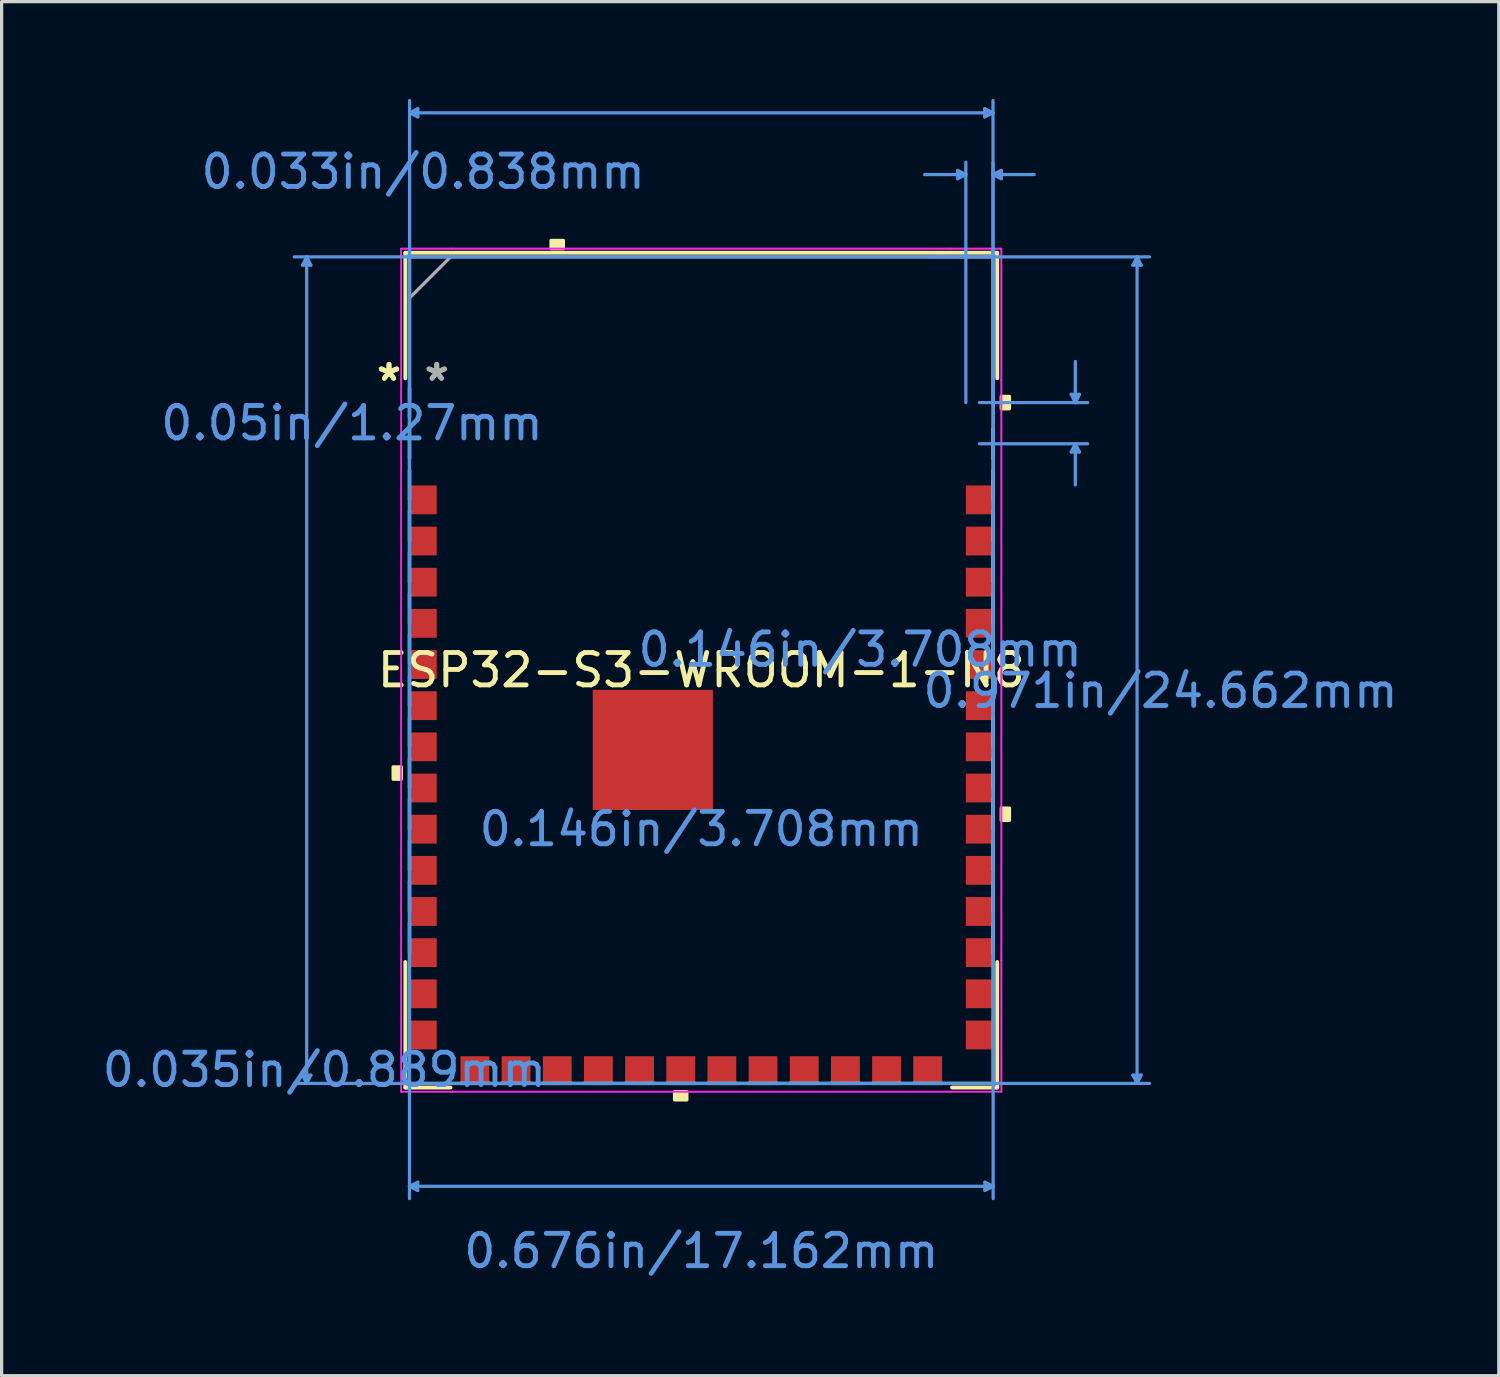
<source format=kicad_pcb>
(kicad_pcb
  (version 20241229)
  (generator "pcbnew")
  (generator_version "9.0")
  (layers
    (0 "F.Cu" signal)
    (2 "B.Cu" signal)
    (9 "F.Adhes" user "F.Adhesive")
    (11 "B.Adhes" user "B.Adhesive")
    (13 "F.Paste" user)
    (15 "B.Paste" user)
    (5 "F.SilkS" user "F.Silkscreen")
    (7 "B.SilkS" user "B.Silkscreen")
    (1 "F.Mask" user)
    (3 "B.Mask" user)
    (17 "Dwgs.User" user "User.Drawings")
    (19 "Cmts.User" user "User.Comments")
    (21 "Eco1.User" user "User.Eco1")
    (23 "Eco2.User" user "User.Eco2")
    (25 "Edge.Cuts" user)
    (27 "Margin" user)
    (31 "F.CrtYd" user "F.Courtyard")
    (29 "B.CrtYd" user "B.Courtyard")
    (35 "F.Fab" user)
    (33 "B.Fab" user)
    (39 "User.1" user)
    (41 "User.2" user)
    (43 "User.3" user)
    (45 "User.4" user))
  (footprint "ESP32-S3-WROOM-1-N8"
    (layer "F.Cu")
    (at 18.587 17.626)
    (property "Reference" "ESP32-S3-WROOM-1-N8" (at 0 0 0) (layer "F.SilkS") (effects (font (size 1 1) (thickness 0.15))))
    (attr through_hole)
    (fp_line (start -9.131 -12.878) (end -9.131 -9.005) (stroke (width 0.12) (type solid)) (layer "F.SilkS"))
    (fp_line (start -9.131 9.005) (end -9.131 12.878) (stroke (width 0.12) (type solid)) (layer "F.SilkS"))
    (fp_line (start -9.131 12.878) (end -7.737 12.878) (stroke (width 0.12) (type solid)) (layer "F.SilkS"))
    (fp_line (start 7.737 12.878) (end 9.131 12.878) (stroke (width 0.12) (type solid)) (layer "F.SilkS"))
    (fp_line (start 9.131 -12.878) (end -9.131 -12.878) (stroke (width 0.12) (type solid)) (layer "F.SilkS"))
    (fp_line (start 9.131 -9.005) (end 9.131 -12.878) (stroke (width 0.12) (type solid)) (layer "F.SilkS"))
    (fp_line (start 9.131 12.878) (end 9.131 9.005) (stroke (width 0.12) (type solid)) (layer "F.SilkS"))
    (fp_poly (pts (xy -9.508 2.985) (xy -9.508 3.365) (xy -9.254 3.365) (xy -9.254 2.985)) (stroke (width 0.1) (type solid)) (fill yes) (layer "F.SilkS"))
    (fp_poly (pts (xy -4.636 -13.004) (xy -4.636 -13.258) (xy -4.255 -13.258) (xy -4.255 -13.004)) (stroke (width 0.1) (type solid)) (fill yes) (layer "F.SilkS"))
    (fp_poly (pts (xy -0.826 13.004) (xy -0.826 13.258) (xy -0.445 13.258) (xy -0.445 13.004)) (stroke (width 0.1) (type solid)) (fill yes) (layer "F.SilkS"))
    (fp_poly (pts (xy 9.508 -8.445) (xy 9.508 -8.065) (xy 9.254 -8.065) (xy 9.254 -8.445)) (stroke (width 0.1) (type solid)) (fill yes) (layer "F.SilkS"))
    (fp_poly (pts (xy 9.508 4.255) (xy 9.508 4.636) (xy 9.254 4.636) (xy 9.254 4.255)) (stroke (width 0.1) (type solid)) (fill yes) (layer "F.SilkS"))
    (fp_poly (pts (xy -1.754 -1.754) (xy -1.754 -0.1) (xy -0.1 -0.1) (xy -0.1 -1.754)) (stroke (width 0.1) (type solid)) (fill yes) (layer "F.Paste"))
    (fp_poly (pts (xy -1.754 0.1) (xy -1.754 1.754) (xy -0.1 1.754) (xy -0.1 0.1)) (stroke (width 0.1) (type solid)) (fill yes) (layer "F.Paste"))
    (fp_poly (pts (xy 0.1 -1.754) (xy 0.1 -0.1) (xy 1.754 -0.1) (xy 1.754 -1.754)) (stroke (width 0.1) (type solid)) (fill yes) (layer "F.Paste"))
    (fp_poly (pts (xy 0.1 0.1) (xy 0.1 1.754) (xy 1.754 1.754) (xy 1.754 0.1)) (stroke (width 0.1) (type solid)) (fill yes) (layer "F.Paste"))
    (fp_line (start -12.302 -12.497) (end -12.048 -12.497) (stroke (width 0.1) (type solid)) (layer "Cmts.User"))
    (fp_line (start -12.302 12.497) (end -12.048 12.497) (stroke (width 0.1) (type solid)) (layer "Cmts.User"))
    (fp_line (start -12.175 -12.751) (end -12.302 -12.497) (stroke (width 0.1) (type solid)) (layer "Cmts.User"))
    (fp_line (start -12.175 -12.751) (end -12.175 12.751) (stroke (width 0.1) (type solid)) (layer "Cmts.User"))
    (fp_line (start -12.175 -12.751) (end -12.048 -12.497) (stroke (width 0.1) (type solid)) (layer "Cmts.User"))
    (fp_line (start -12.175 12.751) (end -12.302 12.497) (stroke (width 0.1) (type solid)) (layer "Cmts.User"))
    (fp_line (start -12.175 12.751) (end -12.048 12.497) (stroke (width 0.1) (type solid)) (layer "Cmts.User"))
    (fp_line (start -9.004 -12.751) (end -9.004 16.306) (stroke (width 0.1) (type solid)) (layer "Cmts.User"))
    (fp_line (start -9.004 15.925) (end -8.75 15.798) (stroke (width 0.1) (type solid)) (layer "Cmts.User"))
    (fp_line (start -9.004 15.925) (end -8.75 16.052) (stroke (width 0.1) (type solid)) (layer "Cmts.User"))
    (fp_line (start -9.004 15.925) (end 9.004 15.925) (stroke (width 0.1) (type solid)) (layer "Cmts.User"))
    (fp_line (start -9 -17.195) (end -8.746 -17.322) (stroke (width 0.1) (type solid)) (layer "Cmts.User"))
    (fp_line (start -9 -17.195) (end -8.746 -17.068) (stroke (width 0.1) (type solid)) (layer "Cmts.User"))
    (fp_line (start -9 -17.195) (end 9 -17.195) (stroke (width 0.1) (type solid)) (layer "Cmts.User"))
    (fp_line (start -9 -8.255) (end -9 -17.576) (stroke (width 0.1) (type solid)) (layer "Cmts.User"))
    (fp_line (start -8.75 15.798) (end -8.75 16.052) (stroke (width 0.1) (type solid)) (layer "Cmts.User"))
    (fp_line (start -8.746 -17.322) (end -8.746 -17.068) (stroke (width 0.1) (type solid)) (layer "Cmts.User"))
    (fp_line (start 6.985 -12.75) (end 13.826 -12.75) (stroke (width 0.1) (type solid)) (layer "Cmts.User"))
    (fp_line (start 6.985 12.75) (end 13.826 12.75) (stroke (width 0.1) (type solid)) (layer "Cmts.User"))
    (fp_line (start 7.908 -15.417) (end 7.908 -15.163) (stroke (width 0.1) (type solid)) (layer "Cmts.User"))
    (fp_line (start 8.162 -15.29) (end 6.892 -15.29) (stroke (width 0.1) (type solid)) (layer "Cmts.User"))
    (fp_line (start 8.162 -15.29) (end 7.908 -15.417) (stroke (width 0.1) (type solid)) (layer "Cmts.User"))
    (fp_line (start 8.162 -15.29) (end 7.908 -15.163) (stroke (width 0.1) (type solid)) (layer "Cmts.User"))
    (fp_line (start 8.162 -8.255) (end 8.162 -15.671) (stroke (width 0.1) (type solid)) (layer "Cmts.User"))
    (fp_line (start 8.581 -8.255) (end 11.921 -8.255) (stroke (width 0.1) (type solid)) (layer "Cmts.User"))
    (fp_line (start 8.581 -6.985) (end 11.921 -6.985) (stroke (width 0.1) (type solid)) (layer "Cmts.User"))
    (fp_line (start 8.746 -17.322) (end 8.746 -17.068) (stroke (width 0.1) (type solid)) (layer "Cmts.User"))
    (fp_line (start 8.75 15.798) (end 8.75 16.052) (stroke (width 0.1) (type solid)) (layer "Cmts.User"))
    (fp_line (start 9 -17.195) (end 8.746 -17.322) (stroke (width 0.1) (type solid)) (layer "Cmts.User"))
    (fp_line (start 9 -17.195) (end 8.746 -17.068) (stroke (width 0.1) (type solid)) (layer "Cmts.User"))
    (fp_line (start 9 -15.29) (end 9.254 -15.417) (stroke (width 0.1) (type solid)) (layer "Cmts.User"))
    (fp_line (start 9 -15.29) (end 9.254 -15.163) (stroke (width 0.1) (type solid)) (layer "Cmts.User"))
    (fp_line (start 9 -15.29) (end 10.27 -15.29) (stroke (width 0.1) (type solid)) (layer "Cmts.User"))
    (fp_line (start 9 -8.255) (end 9 -17.576) (stroke (width 0.1) (type solid)) (layer "Cmts.User"))
    (fp_line (start 9 -8.255) (end 9 -15.671) (stroke (width 0.1) (type solid)) (layer "Cmts.User"))
    (fp_line (start 9.004 -12.751) (end -12.556 -12.751) (stroke (width 0.1) (type solid)) (layer "Cmts.User"))
    (fp_line (start 9.004 -12.751) (end 9.004 16.306) (stroke (width 0.1) (type solid)) (layer "Cmts.User"))
    (fp_line (start 9.004 12.751) (end -12.556 12.751) (stroke (width 0.1) (type solid)) (layer "Cmts.User"))
    (fp_line (start 9.004 15.925) (end 8.75 15.798) (stroke (width 0.1) (type solid)) (layer "Cmts.User"))
    (fp_line (start 9.004 15.925) (end 8.75 16.052) (stroke (width 0.1) (type solid)) (layer "Cmts.User"))
    (fp_line (start 9.254 -15.417) (end 9.254 -15.163) (stroke (width 0.1) (type solid)) (layer "Cmts.User"))
    (fp_line (start 11.413 -8.509) (end 11.667 -8.509) (stroke (width 0.1) (type solid)) (layer "Cmts.User"))
    (fp_line (start 11.413 -6.731) (end 11.667 -6.731) (stroke (width 0.1) (type solid)) (layer "Cmts.User"))
    (fp_line (start 11.54 -8.255) (end 11.413 -8.509) (stroke (width 0.1) (type solid)) (layer "Cmts.User"))
    (fp_line (start 11.54 -8.255) (end 11.54 -9.525) (stroke (width 0.1) (type solid)) (layer "Cmts.User"))
    (fp_line (start 11.54 -8.255) (end 11.667 -8.509) (stroke (width 0.1) (type solid)) (layer "Cmts.User"))
    (fp_line (start 11.54 -6.985) (end 11.413 -6.731) (stroke (width 0.1) (type solid)) (layer "Cmts.User"))
    (fp_line (start 11.54 -6.985) (end 11.54 -5.715) (stroke (width 0.1) (type solid)) (layer "Cmts.User"))
    (fp_line (start 11.54 -6.985) (end 11.667 -6.731) (stroke (width 0.1) (type solid)) (layer "Cmts.User"))
    (fp_line (start 13.318 -12.496) (end 13.572 -12.496) (stroke (width 0.1) (type solid)) (layer "Cmts.User"))
    (fp_line (start 13.318 12.496) (end 13.572 12.496) (stroke (width 0.1) (type solid)) (layer "Cmts.User"))
    (fp_line (start 13.445 -12.75) (end 13.318 -12.496) (stroke (width 0.1) (type solid)) (layer "Cmts.User"))
    (fp_line (start 13.445 -12.75) (end 13.445 12.75) (stroke (width 0.1) (type solid)) (layer "Cmts.User"))
    (fp_line (start 13.445 -12.75) (end 13.572 -12.496) (stroke (width 0.1) (type solid)) (layer "Cmts.User"))
    (fp_line (start 13.445 12.75) (end 13.318 12.496) (stroke (width 0.1) (type solid)) (layer "Cmts.User"))
    (fp_line (start 13.445 12.75) (end 13.572 12.496) (stroke (width 0.1) (type solid)) (layer "Cmts.User"))
    (fp_line (start -9.258 -13.005) (end -7.684 -13.005) (stroke (width 0.05) (type solid)) (layer "F.CrtYd"))
    (fp_line (start -9.258 -13.005) (end -7.684 -13.005) (stroke (width 0.05) (type solid)) (layer "F.CrtYd"))
    (fp_line (start -9.258 -8.954) (end -9.258 -13.005) (stroke (width 0.05) (type solid)) (layer "F.CrtYd"))
    (fp_line (start -9.258 -8.954) (end -9.258 -13.005) (stroke (width 0.05) (type solid)) (layer "F.CrtYd"))
    (fp_line (start -9.258 -8.954) (end -9.258 -8.954) (stroke (width 0.05) (type solid)) (layer "F.CrtYd"))
    (fp_line (start -9.258 -8.954) (end -9.258 -8.954) (stroke (width 0.05) (type solid)) (layer "F.CrtYd"))
    (fp_line (start -9.258 8.954) (end -9.258 -8.954) (stroke (width 0.05) (type solid)) (layer "F.CrtYd"))
    (fp_line (start -9.258 8.954) (end -9.258 -8.954) (stroke (width 0.05) (type solid)) (layer "F.CrtYd"))
    (fp_line (start -9.258 8.954) (end -9.258 8.954) (stroke (width 0.05) (type solid)) (layer "F.CrtYd"))
    (fp_line (start -9.258 8.954) (end -9.258 8.954) (stroke (width 0.05) (type solid)) (layer "F.CrtYd"))
    (fp_line (start -9.258 13.005) (end -9.258 8.954) (stroke (width 0.05) (type solid)) (layer "F.CrtYd"))
    (fp_line (start -9.258 13.005) (end -9.258 8.954) (stroke (width 0.05) (type solid)) (layer "F.CrtYd"))
    (fp_line (start -7.684 -13.005) (end -7.684 -13.005) (stroke (width 0.05) (type solid)) (layer "F.CrtYd"))
    (fp_line (start -7.684 -13.005) (end -7.684 -13.005) (stroke (width 0.05) (type solid)) (layer "F.CrtYd"))
    (fp_line (start -7.684 -13.005) (end 7.684 -13.005) (stroke (width 0.05) (type solid)) (layer "F.CrtYd"))
    (fp_line (start -7.684 -13.005) (end 7.684 -13.005) (stroke (width 0.05) (type solid)) (layer "F.CrtYd"))
    (fp_line (start -7.684 13.005) (end -9.258 13.005) (stroke (width 0.05) (type solid)) (layer "F.CrtYd"))
    (fp_line (start -7.684 13.005) (end -9.258 13.005) (stroke (width 0.05) (type solid)) (layer "F.CrtYd"))
    (fp_line (start -7.684 13.005) (end -7.684 13.005) (stroke (width 0.05) (type solid)) (layer "F.CrtYd"))
    (fp_line (start -7.684 13.005) (end -7.684 13.005) (stroke (width 0.05) (type solid)) (layer "F.CrtYd"))
    (fp_line (start 7.684 -13.005) (end 7.684 -13.005) (stroke (width 0.05) (type solid)) (layer "F.CrtYd"))
    (fp_line (start 7.684 -13.005) (end 7.684 -13.005) (stroke (width 0.05) (type solid)) (layer "F.CrtYd"))
    (fp_line (start 7.684 -13.005) (end 9.258 -13.005) (stroke (width 0.05) (type solid)) (layer "F.CrtYd"))
    (fp_line (start 7.684 -13.005) (end 9.258 -13.005) (stroke (width 0.05) (type solid)) (layer "F.CrtYd"))
    (fp_line (start 7.684 13.005) (end -7.684 13.005) (stroke (width 0.05) (type solid)) (layer "F.CrtYd"))
    (fp_line (start 7.684 13.005) (end -7.684 13.005) (stroke (width 0.05) (type solid)) (layer "F.CrtYd"))
    (fp_line (start 7.684 13.005) (end 7.684 13.005) (stroke (width 0.05) (type solid)) (layer "F.CrtYd"))
    (fp_line (start 7.684 13.005) (end 7.684 13.005) (stroke (width 0.05) (type solid)) (layer "F.CrtYd"))
    (fp_line (start 9.258 -13.005) (end 9.258 -8.954) (stroke (width 0.05) (type solid)) (layer "F.CrtYd"))
    (fp_line (start 9.258 -13.005) (end 9.258 -8.954) (stroke (width 0.05) (type solid)) (layer "F.CrtYd"))
    (fp_line (start 9.258 -8.954) (end 9.258 -8.954) (stroke (width 0.05) (type solid)) (layer "F.CrtYd"))
    (fp_line (start 9.258 -8.954) (end 9.258 -8.954) (stroke (width 0.05) (type solid)) (layer "F.CrtYd"))
    (fp_line (start 9.258 -8.954) (end 9.258 8.954) (stroke (width 0.05) (type solid)) (layer "F.CrtYd"))
    (fp_line (start 9.258 -8.954) (end 9.258 8.954) (stroke (width 0.05) (type solid)) (layer "F.CrtYd"))
    (fp_line (start 9.258 8.954) (end 9.258 8.954) (stroke (width 0.05) (type solid)) (layer "F.CrtYd"))
    (fp_line (start 9.258 8.954) (end 9.258 8.954) (stroke (width 0.05) (type solid)) (layer "F.CrtYd"))
    (fp_line (start 9.258 8.954) (end 9.258 13.005) (stroke (width 0.05) (type solid)) (layer "F.CrtYd"))
    (fp_line (start 9.258 8.954) (end 9.258 13.005) (stroke (width 0.05) (type solid)) (layer "F.CrtYd"))
    (fp_line (start 9.258 13.005) (end 7.684 13.005) (stroke (width 0.05) (type solid)) (layer "F.CrtYd"))
    (fp_line (start 9.258 13.005) (end 7.684 13.005) (stroke (width 0.05) (type solid)) (layer "F.CrtYd"))
    (fp_line (start -9.004 -12.751) (end -9.004 -12.751) (stroke (width 0.1) (type solid)) (layer "F.Fab"))
    (fp_line (start -9.004 -12.751) (end -9.004 12.751) (stroke (width 0.1) (type solid)) (layer "F.Fab"))
    (fp_line (start -9.004 -11.481) (end -7.734 -12.751) (stroke (width 0.1) (type solid)) (layer "F.Fab"))
    (fp_line (start -9.004 -8.7) (end -9 -8.7) (stroke (width 0.1) (type solid)) (layer "F.Fab"))
    (fp_line (start -9.004 -7.811) (end -9.004 -8.7) (stroke (width 0.1) (type solid)) (layer "F.Fab"))
    (fp_line (start -9.004 -7.429) (end -9 -7.429) (stroke (width 0.1) (type solid)) (layer "F.Fab"))
    (fp_line (start -9.004 -6.54) (end -9.004 -7.429) (stroke (width 0.1) (type solid)) (layer "F.Fab"))
    (fp_line (start -9.004 -6.16) (end -9 -6.16) (stroke (width 0.1) (type solid)) (layer "F.Fab"))
    (fp_line (start -9.004 -5.271) (end -9.004 -6.16) (stroke (width 0.1) (type solid)) (layer "F.Fab"))
    (fp_line (start -9.004 -4.889) (end -9 -4.889) (stroke (width 0.1) (type solid)) (layer "F.Fab"))
    (fp_line (start -9.004 -4) (end -9.004 -4.889) (stroke (width 0.1) (type solid)) (layer "F.Fab"))
    (fp_line (start -9.004 -3.619) (end -9 -3.619) (stroke (width 0.1) (type solid)) (layer "F.Fab"))
    (fp_line (start -9.004 -2.731) (end -9.004 -3.619) (stroke (width 0.1) (type solid)) (layer "F.Fab"))
    (fp_line (start -9.004 -2.349) (end -9 -2.349) (stroke (width 0.1) (type solid)) (layer "F.Fab"))
    (fp_line (start -9.004 -1.46) (end -9.004 -2.349) (stroke (width 0.1) (type solid)) (layer "F.Fab"))
    (fp_line (start -9.004 -1.079) (end -9 -1.079) (stroke (width 0.1) (type solid)) (layer "F.Fab"))
    (fp_line (start -9.004 -0.191) (end -9.004 -1.079) (stroke (width 0.1) (type solid)) (layer "F.Fab"))
    (fp_line (start -9.004 0.191) (end -9 0.191) (stroke (width 0.1) (type solid)) (layer "F.Fab"))
    (fp_line (start -9.004 1.079) (end -9.004 0.191) (stroke (width 0.1) (type solid)) (layer "F.Fab"))
    (fp_line (start -9.004 1.46) (end -9 1.46) (stroke (width 0.1) (type solid)) (layer "F.Fab"))
    (fp_line (start -9.004 2.349) (end -9.004 1.46) (stroke (width 0.1) (type solid)) (layer "F.Fab"))
    (fp_line (start -9.004 2.731) (end -9 2.731) (stroke (width 0.1) (type solid)) (layer "F.Fab"))
    (fp_line (start -9.004 3.619) (end -9.004 2.731) (stroke (width 0.1) (type solid)) (layer "F.Fab"))
    (fp_line (start -9.004 4) (end -9 4) (stroke (width 0.1) (type solid)) (layer "F.Fab"))
    (fp_line (start -9.004 4.889) (end -9.004 4) (stroke (width 0.1) (type solid)) (layer "F.Fab"))
    (fp_line (start -9.004 5.271) (end -9 5.271) (stroke (width 0.1) (type solid)) (layer "F.Fab"))
    (fp_line (start -9.004 6.16) (end -9.004 5.271) (stroke (width 0.1) (type solid)) (layer "F.Fab"))
    (fp_line (start -9.004 6.54) (end -9 6.54) (stroke (width 0.1) (type solid)) (layer "F.Fab"))
    (fp_line (start -9.004 7.429) (end -9.004 6.54) (stroke (width 0.1) (type solid)) (layer "F.Fab"))
    (fp_line (start -9.004 7.811) (end -9 7.811) (stroke (width 0.1) (type solid)) (layer "F.Fab"))
    (fp_line (start -9.004 8.7) (end -9.004 7.811) (stroke (width 0.1) (type solid)) (layer "F.Fab"))
    (fp_line (start -9.004 12.751) (end -9.004 12.751) (stroke (width 0.1) (type solid)) (layer "F.Fab"))
    (fp_line (start -9.004 12.751) (end 9.004 12.751) (stroke (width 0.1) (type solid)) (layer "F.Fab"))
    (fp_line (start -9 -8.7) (end -9 -7.811) (stroke (width 0.1) (type solid)) (layer "F.Fab"))
    (fp_line (start -9 -7.811) (end -9.004 -7.811) (stroke (width 0.1) (type solid)) (layer "F.Fab"))
    (fp_line (start -9 -7.429) (end -9 -6.54) (stroke (width 0.1) (type solid)) (layer "F.Fab"))
    (fp_line (start -9 -6.54) (end -9.004 -6.54) (stroke (width 0.1) (type solid)) (layer "F.Fab"))
    (fp_line (start -9 -6.16) (end -9 -5.271) (stroke (width 0.1) (type solid)) (layer "F.Fab"))
    (fp_line (start -9 -5.271) (end -9.004 -5.271) (stroke (width 0.1) (type solid)) (layer "F.Fab"))
    (fp_line (start -9 -4.889) (end -9 -4) (stroke (width 0.1) (type solid)) (layer "F.Fab"))
    (fp_line (start -9 -4) (end -9.004 -4) (stroke (width 0.1) (type solid)) (layer "F.Fab"))
    (fp_line (start -9 -3.619) (end -9 -2.731) (stroke (width 0.1) (type solid)) (layer "F.Fab"))
    (fp_line (start -9 -2.731) (end -9.004 -2.731) (stroke (width 0.1) (type solid)) (layer "F.Fab"))
    (fp_line (start -9 -2.349) (end -9 -1.46) (stroke (width 0.1) (type solid)) (layer "F.Fab"))
    (fp_line (start -9 -1.46) (end -9.004 -1.46) (stroke (width 0.1) (type solid)) (layer "F.Fab"))
    (fp_line (start -9 -1.079) (end -9 -0.191) (stroke (width 0.1) (type solid)) (layer "F.Fab"))
    (fp_line (start -9 -0.191) (end -9.004 -0.191) (stroke (width 0.1) (type solid)) (layer "F.Fab"))
    (fp_line (start -9 0.191) (end -9 1.079) (stroke (width 0.1) (type solid)) (layer "F.Fab"))
    (fp_line (start -9 1.079) (end -9.004 1.079) (stroke (width 0.1) (type solid)) (layer "F.Fab"))
    (fp_line (start -9 1.46) (end -9 2.349) (stroke (width 0.1) (type solid)) (layer "F.Fab"))
    (fp_line (start -9 2.349) (end -9.004 2.349) (stroke (width 0.1) (type solid)) (layer "F.Fab"))
    (fp_line (start -9 2.731) (end -9 3.619) (stroke (width 0.1) (type solid)) (layer "F.Fab"))
    (fp_line (start -9 3.619) (end -9.004 3.619) (stroke (width 0.1) (type solid)) (layer "F.Fab"))
    (fp_line (start -9 4) (end -9 4.889) (stroke (width 0.1) (type solid)) (layer "F.Fab"))
    (fp_line (start -9 4.889) (end -9.004 4.889) (stroke (width 0.1) (type solid)) (layer "F.Fab"))
    (fp_line (start -9 5.271) (end -9 6.16) (stroke (width 0.1) (type solid)) (layer "F.Fab"))
    (fp_line (start -9 6.16) (end -9.004 6.16) (stroke (width 0.1) (type solid)) (layer "F.Fab"))
    (fp_line (start -9 6.54) (end -9 7.429) (stroke (width 0.1) (type solid)) (layer "F.Fab"))
    (fp_line (start -9 7.429) (end -9.004 7.429) (stroke (width 0.1) (type solid)) (layer "F.Fab"))
    (fp_line (start -9 7.811) (end -9 8.7) (stroke (width 0.1) (type solid)) (layer "F.Fab"))
    (fp_line (start -9 8.7) (end -9.004 8.7) (stroke (width 0.1) (type solid)) (layer "F.Fab"))
    (fp_line (start -7.429 12.75) (end -6.54 12.75) (stroke (width 0.1) (type solid)) (layer "F.Fab"))
    (fp_line (start -7.429 12.751) (end -7.429 12.75) (stroke (width 0.1) (type solid)) (layer "F.Fab"))
    (fp_line (start -6.54 12.75) (end -6.54 12.751) (stroke (width 0.1) (type solid)) (layer "F.Fab"))
    (fp_line (start -6.54 12.751) (end -7.429 12.751) (stroke (width 0.1) (type solid)) (layer "F.Fab"))
    (fp_line (start -6.16 12.75) (end -5.271 12.75) (stroke (width 0.1) (type solid)) (layer "F.Fab"))
    (fp_line (start -6.16 12.751) (end -6.16 12.75) (stroke (width 0.1) (type solid)) (layer "F.Fab"))
    (fp_line (start -5.271 12.75) (end -5.271 12.751) (stroke (width 0.1) (type solid)) (layer "F.Fab"))
    (fp_line (start -5.271 12.751) (end -6.16 12.751) (stroke (width 0.1) (type solid)) (layer "F.Fab"))
    (fp_line (start -4.889 12.75) (end -4 12.75) (stroke (width 0.1) (type solid)) (layer "F.Fab"))
    (fp_line (start -4.889 12.751) (end -4.889 12.75) (stroke (width 0.1) (type solid)) (layer "F.Fab"))
    (fp_line (start -4 12.75) (end -4 12.751) (stroke (width 0.1) (type solid)) (layer "F.Fab"))
    (fp_line (start -4 12.751) (end -4.889 12.751) (stroke (width 0.1) (type solid)) (layer "F.Fab"))
    (fp_line (start -3.619 12.75) (end -2.731 12.75) (stroke (width 0.1) (type solid)) (layer "F.Fab"))
    (fp_line (start -3.619 12.751) (end -3.619 12.75) (stroke (width 0.1) (type solid)) (layer "F.Fab"))
    (fp_line (start -2.731 12.75) (end -2.731 12.751) (stroke (width 0.1) (type solid)) (layer "F.Fab"))
    (fp_line (start -2.731 12.751) (end -3.619 12.751) (stroke (width 0.1) (type solid)) (layer "F.Fab"))
    (fp_line (start -2.349 12.75) (end -1.46 12.75) (stroke (width 0.1) (type solid)) (layer "F.Fab"))
    (fp_line (start -2.349 12.751) (end -2.349 12.75) (stroke (width 0.1) (type solid)) (layer "F.Fab"))
    (fp_line (start -1.46 12.75) (end -1.46 12.751) (stroke (width 0.1) (type solid)) (layer "F.Fab"))
    (fp_line (start -1.46 12.751) (end -2.349 12.751) (stroke (width 0.1) (type solid)) (layer "F.Fab"))
    (fp_line (start -1.079 12.75) (end -0.191 12.75) (stroke (width 0.1) (type solid)) (layer "F.Fab"))
    (fp_line (start -1.079 12.751) (end -1.079 12.75) (stroke (width 0.1) (type solid)) (layer "F.Fab"))
    (fp_line (start -0.191 12.75) (end -0.191 12.751) (stroke (width 0.1) (type solid)) (layer "F.Fab"))
    (fp_line (start -0.191 12.751) (end -1.079 12.751) (stroke (width 0.1) (type solid)) (layer "F.Fab"))
    (fp_line (start 0.191 12.75) (end 1.079 12.75) (stroke (width 0.1) (type solid)) (layer "F.Fab"))
    (fp_line (start 0.191 12.751) (end 0.191 12.75) (stroke (width 0.1) (type solid)) (layer "F.Fab"))
    (fp_line (start 1.079 12.75) (end 1.079 12.751) (stroke (width 0.1) (type solid)) (layer "F.Fab"))
    (fp_line (start 1.079 12.751) (end 0.191 12.751) (stroke (width 0.1) (type solid)) (layer "F.Fab"))
    (fp_line (start 1.46 12.75) (end 2.349 12.75) (stroke (width 0.1) (type solid)) (layer "F.Fab"))
    (fp_line (start 1.46 12.751) (end 1.46 12.75) (stroke (width 0.1) (type solid)) (layer "F.Fab"))
    (fp_line (start 2.349 12.75) (end 2.349 12.751) (stroke (width 0.1) (type solid)) (layer "F.Fab"))
    (fp_line (start 2.349 12.751) (end 1.46 12.751) (stroke (width 0.1) (type solid)) (layer "F.Fab"))
    (fp_line (start 2.731 12.75) (end 3.619 12.75) (stroke (width 0.1) (type solid)) (layer "F.Fab"))
    (fp_line (start 2.731 12.751) (end 2.731 12.75) (stroke (width 0.1) (type solid)) (layer "F.Fab"))
    (fp_line (start 3.619 12.75) (end 3.619 12.751) (stroke (width 0.1) (type solid)) (layer "F.Fab"))
    (fp_line (start 3.619 12.751) (end 2.731 12.751) (stroke (width 0.1) (type solid)) (layer "F.Fab"))
    (fp_line (start 4 12.75) (end 4.889 12.75) (stroke (width 0.1) (type solid)) (layer "F.Fab"))
    (fp_line (start 4 12.751) (end 4 12.75) (stroke (width 0.1) (type solid)) (layer "F.Fab"))
    (fp_line (start 4.889 12.75) (end 4.889 12.751) (stroke (width 0.1) (type solid)) (layer "F.Fab"))
    (fp_line (start 4.889 12.751) (end 4 12.751) (stroke (width 0.1) (type solid)) (layer "F.Fab"))
    (fp_line (start 5.271 12.75) (end 6.16 12.75) (stroke (width 0.1) (type solid)) (layer "F.Fab"))
    (fp_line (start 5.271 12.751) (end 5.271 12.75) (stroke (width 0.1) (type solid)) (layer "F.Fab"))
    (fp_line (start 6.16 12.75) (end 6.16 12.751) (stroke (width 0.1) (type solid)) (layer "F.Fab"))
    (fp_line (start 6.16 12.751) (end 5.271 12.751) (stroke (width 0.1) (type solid)) (layer "F.Fab"))
    (fp_line (start 6.54 12.75) (end 7.429 12.75) (stroke (width 0.1) (type solid)) (layer "F.Fab"))
    (fp_line (start 6.54 12.751) (end 6.54 12.75) (stroke (width 0.1) (type solid)) (layer "F.Fab"))
    (fp_line (start 7.429 -12.751) (end 7.429 -12.75) (stroke (width 0.1) (type solid)) (layer "F.Fab"))
    (fp_line (start 7.429 12.75) (end 7.429 12.751) (stroke (width 0.1) (type solid)) (layer "F.Fab"))
    (fp_line (start 7.429 12.751) (end 6.54 12.751) (stroke (width 0.1) (type solid)) (layer "F.Fab"))
    (fp_line (start 9 -7.429) (end 9.004 -7.429) (stroke (width 0.1) (type solid)) (layer "F.Fab"))
    (fp_line (start 9 -6.54) (end 9 -7.429) (stroke (width 0.1) (type solid)) (layer "F.Fab"))
    (fp_line (start 9 -6.16) (end 9.004 -6.16) (stroke (width 0.1) (type solid)) (layer "F.Fab"))
    (fp_line (start 9 -5.271) (end 9 -6.16) (stroke (width 0.1) (type solid)) (layer "F.Fab"))
    (fp_line (start 9 -4.889) (end 9.004 -4.889) (stroke (width 0.1) (type solid)) (layer "F.Fab"))
    (fp_line (start 9 -4) (end 9 -4.889) (stroke (width 0.1) (type solid)) (layer "F.Fab"))
    (fp_line (start 9 -3.619) (end 9.004 -3.619) (stroke (width 0.1) (type solid)) (layer "F.Fab"))
    (fp_line (start 9 -2.731) (end 9 -3.619) (stroke (width 0.1) (type solid)) (layer "F.Fab"))
    (fp_line (start 9 -2.349) (end 9.004 -2.349) (stroke (width 0.1) (type solid)) (layer "F.Fab"))
    (fp_line (start 9 -1.46) (end 9 -2.349) (stroke (width 0.1) (type solid)) (layer "F.Fab"))
    (fp_line (start 9 -1.079) (end 9.004 -1.079) (stroke (width 0.1) (type solid)) (layer "F.Fab"))
    (fp_line (start 9 -0.191) (end 9 -1.079) (stroke (width 0.1) (type solid)) (layer "F.Fab"))
    (fp_line (start 9 0.191) (end 9.004 0.191) (stroke (width 0.1) (type solid)) (layer "F.Fab"))
    (fp_line (start 9 1.079) (end 9 0.191) (stroke (width 0.1) (type solid)) (layer "F.Fab"))
    (fp_line (start 9 1.46) (end 9.004 1.46) (stroke (width 0.1) (type solid)) (layer "F.Fab"))
    (fp_line (start 9 2.349) (end 9 1.46) (stroke (width 0.1) (type solid)) (layer "F.Fab"))
    (fp_line (start 9 2.731) (end 9.004 2.731) (stroke (width 0.1) (type solid)) (layer "F.Fab"))
    (fp_line (start 9 3.619) (end 9 2.731) (stroke (width 0.1) (type solid)) (layer "F.Fab"))
    (fp_line (start 9 4) (end 9.004 4) (stroke (width 0.1) (type solid)) (layer "F.Fab"))
    (fp_line (start 9 4.889) (end 9 4) (stroke (width 0.1) (type solid)) (layer "F.Fab"))
    (fp_line (start 9 5.271) (end 9.004 5.271) (stroke (width 0.1) (type solid)) (layer "F.Fab"))
    (fp_line (start 9 6.16) (end 9 5.271) (stroke (width 0.1) (type solid)) (layer "F.Fab"))
    (fp_line (start 9 6.54) (end 9.004 6.54) (stroke (width 0.1) (type solid)) (layer "F.Fab"))
    (fp_line (start 9 7.429) (end 9 6.54) (stroke (width 0.1) (type solid)) (layer "F.Fab"))
    (fp_line (start 9 7.811) (end 9.004 7.811) (stroke (width 0.1) (type solid)) (layer "F.Fab"))
    (fp_line (start 9 8.7) (end 9 7.811) (stroke (width 0.1) (type solid)) (layer "F.Fab"))
    (fp_line (start 9.004 -12.751) (end -9.004 -12.751) (stroke (width 0.1) (type solid)) (layer "F.Fab"))
    (fp_line (start 9.004 -12.751) (end 9.004 -12.751) (stroke (width 0.1) (type solid)) (layer "F.Fab"))
    (fp_line (start 9.004 -7.429) (end 9.004 -6.54) (stroke (width 0.1) (type solid)) (layer "F.Fab"))
    (fp_line (start 9.004 -6.54) (end 9 -6.54) (stroke (width 0.1) (type solid)) (layer "F.Fab"))
    (fp_line (start 9.004 -6.16) (end 9.004 -5.271) (stroke (width 0.1) (type solid)) (layer "F.Fab"))
    (fp_line (start 9.004 -5.271) (end 9 -5.271) (stroke (width 0.1) (type solid)) (layer "F.Fab"))
    (fp_line (start 9.004 -4.889) (end 9.004 -4) (stroke (width 0.1) (type solid)) (layer "F.Fab"))
    (fp_line (start 9.004 -4) (end 9 -4) (stroke (width 0.1) (type solid)) (layer "F.Fab"))
    (fp_line (start 9.004 -3.619) (end 9.004 -2.731) (stroke (width 0.1) (type solid)) (layer "F.Fab"))
    (fp_line (start 9.004 -2.731) (end 9 -2.731) (stroke (width 0.1) (type solid)) (layer "F.Fab"))
    (fp_line (start 9.004 -2.349) (end 9.004 -1.46) (stroke (width 0.1) (type solid)) (layer "F.Fab"))
    (fp_line (start 9.004 -1.46) (end 9 -1.46) (stroke (width 0.1) (type solid)) (layer "F.Fab"))
    (fp_line (start 9.004 -1.079) (end 9.004 -0.191) (stroke (width 0.1) (type solid)) (layer "F.Fab"))
    (fp_line (start 9.004 -0.191) (end 9 -0.191) (stroke (width 0.1) (type solid)) (layer "F.Fab"))
    (fp_line (start 9.004 0.191) (end 9.004 1.079) (stroke (width 0.1) (type solid)) (layer "F.Fab"))
    (fp_line (start 9.004 1.079) (end 9 1.079) (stroke (width 0.1) (type solid)) (layer "F.Fab"))
    (fp_line (start 9.004 1.46) (end 9.004 2.349) (stroke (width 0.1) (type solid)) (layer "F.Fab"))
    (fp_line (start 9.004 2.349) (end 9 2.349) (stroke (width 0.1) (type solid)) (layer "F.Fab"))
    (fp_line (start 9.004 2.731) (end 9.004 3.619) (stroke (width 0.1) (type solid)) (layer "F.Fab"))
    (fp_line (start 9.004 3.619) (end 9 3.619) (stroke (width 0.1) (type solid)) (layer "F.Fab"))
    (fp_line (start 9.004 4) (end 9.004 4.889) (stroke (width 0.1) (type solid)) (layer "F.Fab"))
    (fp_line (start 9.004 4.889) (end 9 4.889) (stroke (width 0.1) (type solid)) (layer "F.Fab"))
    (fp_line (start 9.004 5.271) (end 9.004 6.16) (stroke (width 0.1) (type solid)) (layer "F.Fab"))
    (fp_line (start 9.004 6.16) (end 9 6.16) (stroke (width 0.1) (type solid)) (layer "F.Fab"))
    (fp_line (start 9.004 6.54) (end 9.004 7.429) (stroke (width 0.1) (type solid)) (layer "F.Fab"))
    (fp_line (start 9.004 7.429) (end 9 7.429) (stroke (width 0.1) (type solid)) (layer "F.Fab"))
    (fp_line (start 9.004 7.811) (end 9.004 8.7) (stroke (width 0.1) (type solid)) (layer "F.Fab"))
    (fp_line (start 9.004 8.7) (end 9 8.7) (stroke (width 0.1) (type solid)) (layer "F.Fab"))
    (fp_line (start 9.004 12.751) (end 9.004 -12.751) (stroke (width 0.1) (type solid)) (layer "F.Fab"))
    (fp_line (start 9.004 12.751) (end 9.004 12.751) (stroke (width 0.1) (type solid)) (layer "F.Fab"))
    (fp_text user "*" (at -9.635 -8.89 0) (layer "F.SilkS") (effects (font (size 1 1) (thickness 0.15))))
    (fp_text user "*" (at -9.635 -8.89 0) (layer "F.SilkS") (effects (font (size 1 1) (thickness 0.15))))
    (fp_text user "Copyright 2021 Accelerated Designs. All rights reserved." (at 0 0 0) (layer "Cmts.User") (effects (font (size 0.127 0.127) (thickness 0.002))))
    (fp_text user "0.035in/0.889mm" (at -11.629 12.331 0) (layer "Cmts.User") (effects (font (size 1 1) (thickness 0.15))))
    (fp_text user "0.971in/24.662mm" (at 14.169 0.635 0) (layer "Cmts.User") (effects (font (size 1 1) (thickness 0.15))))
    (fp_text user "0.05in/1.27mm" (at -10.778 -7.62 0) (layer "Cmts.User") (effects (font (size 1 1) (thickness 0.15))))
    (fp_text user "0.146in/3.708mm" (at 0 4.902 0) (layer "Cmts.User") (effects (font (size 1 1) (thickness 0.15))))
    (fp_text user "0.146in/3.708mm" (at 4.902 -0.635 0) (layer "Cmts.User") (effects (font (size 1 1) (thickness 0.15))))
    (fp_text user "0.676in/17.162mm" (at 0 17.919 0) (layer "Cmts.User") (effects (font (size 1 1) (thickness 0.15))))
    (fp_text user "0.033in/0.838mm" (at -8.581 -15.379 0) (layer "Cmts.User") (effects (font (size 1 1) (thickness 0.15))))
    (fp_text user "*" (at -8.162 -8.89 0) (layer "F.Fab") (effects (font (size 1 1) (thickness 0.15))))
    (fp_text user "*" (at -8.162 -8.89 0) (layer "F.Fab") (effects (font (size 1 1) (thickness 0.15))))
    (pad "1" smd rect (at -8.581 -5.254 90) (size 0.889 0.838) (layers "F.Cu" "F.Mask" "F.Paste"))
    (pad "2" smd rect (at -8.581 -3.984 90) (size 0.889 0.838) (layers "F.Cu" "F.Mask" "F.Paste"))
    (pad "3" smd rect (at -8.581 -2.714 90) (size 0.889 0.838) (layers "F.Cu" "F.Mask" "F.Paste"))
    (pad "4" smd rect (at -8.581 -1.444 90) (size 0.889 0.838) (layers "F.Cu" "F.Mask" "F.Paste"))
    (pad "5" smd rect (at -8.581 -0.174 90) (size 0.889 0.838) (layers "F.Cu" "F.Mask" "F.Paste"))
    (pad "6" smd rect (at -8.581 1.096 90) (size 0.889 0.838) (layers "F.Cu" "F.Mask" "F.Paste"))
    (pad "7" smd rect (at -8.581 2.366 90) (size 0.889 0.838) (layers "F.Cu" "F.Mask" "F.Paste"))
    (pad "8" smd rect (at -8.581 3.636 90) (size 0.889 0.838) (layers "F.Cu" "F.Mask" "F.Paste"))
    (pad "9" smd rect (at -8.581 4.906 90) (size 0.889 0.838) (layers "F.Cu" "F.Mask" "F.Paste"))
    (pad "10" smd rect (at -8.581 6.176 90) (size 0.889 0.838) (layers "F.Cu" "F.Mask" "F.Paste"))
    (pad "11" smd rect (at -8.581 7.446 90) (size 0.889 0.838) (layers "F.Cu" "F.Mask" "F.Paste"))
    (pad "12" smd rect (at -8.581 8.716 90) (size 0.889 0.838) (layers "F.Cu" "F.Mask" "F.Paste"))
    (pad "13" smd rect (at -8.581 9.986 90) (size 0.889 0.838) (layers "F.Cu" "F.Mask" "F.Paste"))
    (pad "14" smd rect (at -8.581 11.256 90) (size 0.889 0.838) (layers "F.Cu" "F.Mask" "F.Paste"))
    (pad "15" smd rect (at -6.985 12.331) (size 0.889 0.838) (layers "F.Cu" "F.Mask" "F.Paste"))
    (pad "16" smd rect (at -5.715 12.331) (size 0.889 0.838) (layers "F.Cu" "F.Mask" "F.Paste"))
    (pad "17" smd rect (at -4.445 12.331) (size 0.889 0.838) (layers "F.Cu" "F.Mask" "F.Paste"))
    (pad "18" smd rect (at -3.175 12.331) (size 0.889 0.838) (layers "F.Cu" "F.Mask" "F.Paste"))
    (pad "19" smd rect (at -1.905 12.331) (size 0.889 0.838) (layers "F.Cu" "F.Mask" "F.Paste"))
    (pad "20" smd rect (at -0.635 12.331) (size 0.889 0.838) (layers "F.Cu" "F.Mask" "F.Paste"))
    (pad "21" smd rect (at 0.635 12.331) (size 0.889 0.838) (layers "F.Cu" "F.Mask" "F.Paste"))
    (pad "22" smd rect (at 1.905 12.331) (size 0.889 0.838) (layers "F.Cu" "F.Mask" "F.Paste"))
    (pad "23" smd rect (at 3.175 12.331) (size 0.889 0.838) (layers "F.Cu" "F.Mask" "F.Paste"))
    (pad "24" smd rect (at 4.445 12.331) (size 0.889 0.838) (layers "F.Cu" "F.Mask" "F.Paste"))
    (pad "25" smd rect (at 5.715 12.331) (size 0.889 0.838) (layers "F.Cu" "F.Mask" "F.Paste"))
    (pad "26" smd rect (at 6.985 12.331) (size 0.889 0.838) (layers "F.Cu" "F.Mask" "F.Paste"))
    (pad "27" smd rect (at 8.581 11.256 90) (size 0.889 0.838) (layers "F.Cu" "F.Mask" "F.Paste"))
    (pad "28" smd rect (at 8.581 9.986 90) (size 0.889 0.838) (layers "F.Cu" "F.Mask" "F.Paste"))
    (pad "29" smd rect (at 8.581 8.716 90) (size 0.889 0.838) (layers "F.Cu" "F.Mask" "F.Paste"))
    (pad "30" smd rect (at 8.581 7.446 90) (size 0.889 0.838) (layers "F.Cu" "F.Mask" "F.Paste"))
    (pad "31" smd rect (at 8.581 6.176 90) (size 0.889 0.838) (layers "F.Cu" "F.Mask" "F.Paste"))
    (pad "32" smd rect (at 8.581 4.906 90) (size 0.889 0.838) (layers "F.Cu" "F.Mask" "F.Paste"))
    (pad "33" smd rect (at 8.581 3.636 90) (size 0.889 0.838) (layers "F.Cu" "F.Mask" "F.Paste"))
    (pad "34" smd rect (at 8.581 2.366 90) (size 0.889 0.838) (layers "F.Cu" "F.Mask" "F.Paste"))
    (pad "35" smd rect (at 8.581 1.096 90) (size 0.889 0.838) (layers "F.Cu" "F.Mask" "F.Paste"))
    (pad "36" smd rect (at 8.581 -0.174 90) (size 0.889 0.838) (layers "F.Cu" "F.Mask" "F.Paste"))
    (pad "37" smd rect (at 8.581 -1.444 90) (size 0.889 0.838) (layers "F.Cu" "F.Mask" "F.Paste"))
    (pad "38" smd rect (at 8.581 -2.714 90) (size 0.889 0.838) (layers "F.Cu" "F.Mask" "F.Paste"))
    (pad "39" smd rect (at 8.581 -3.984 90) (size 0.889 0.838) (layers "F.Cu" "F.Mask" "F.Paste"))
    (pad "40" smd rect (at 8.581 -5.254 90) (size 0.889 0.838) (layers "F.Cu" "F.Mask" "F.Paste"))
    (pad "41" smd rect (at -1.496 2.461) (size 3.708 3.708) (layers "F.Cu" "F.Mask")))
  (gr_rect
    (start -3 -3)
    (end 43.191 39.393)
    (stroke (width 0.1) (type default))
    (fill no)
    (layer "Edge.Cuts")))
</source>
